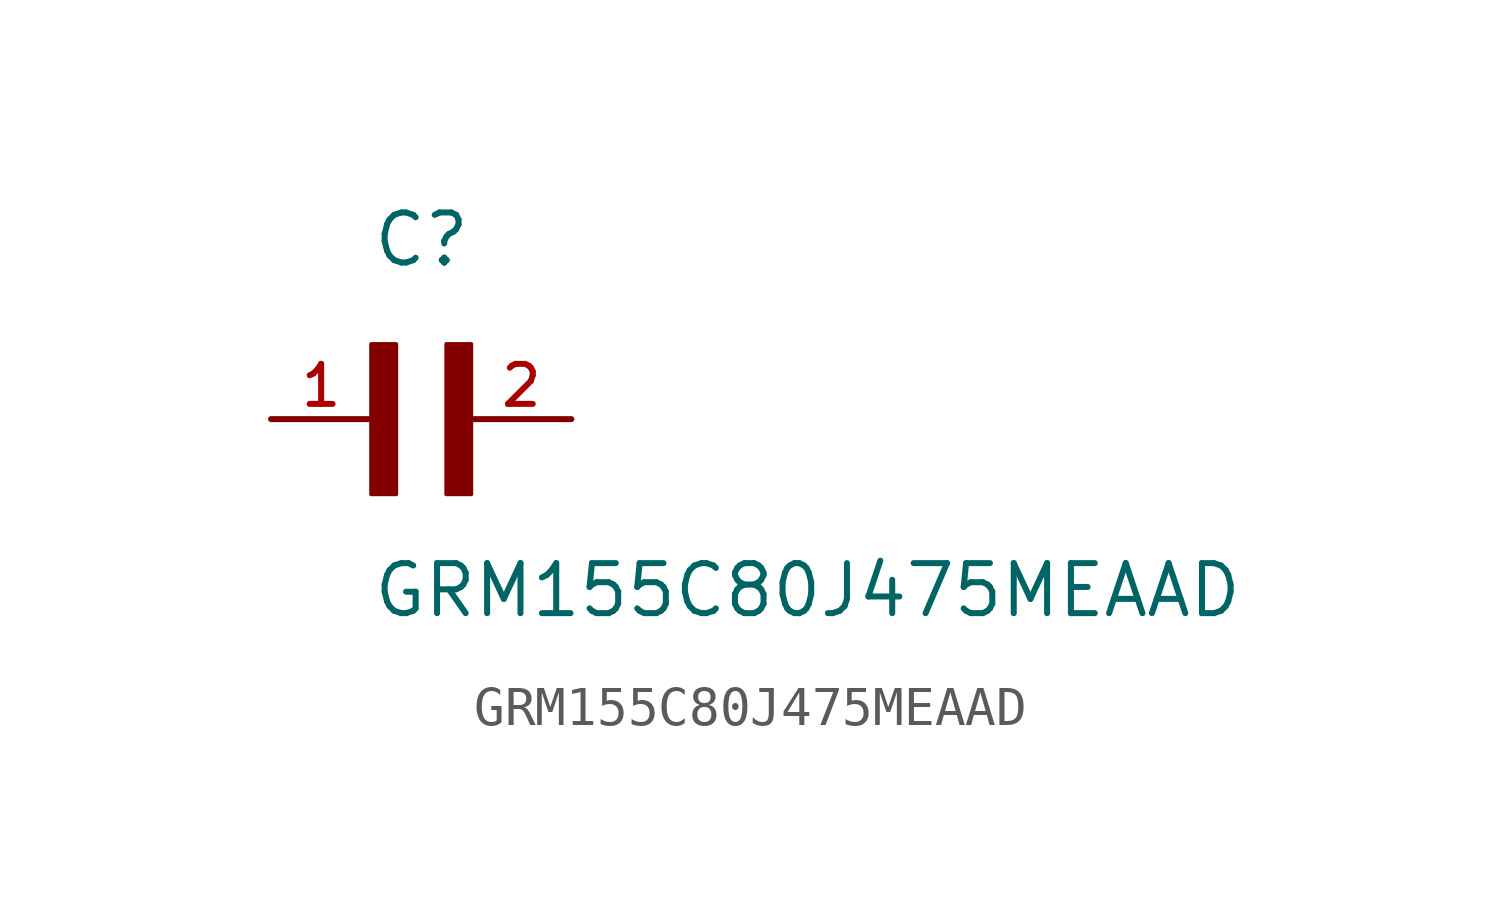
<source format=kicad_sym>
(kicad_symbol_lib
  (version 20211014)
  (generator kicad_symbol_editor)
  (symbol "GRM155C80J475MEAAD"
    (pin_names
      (offset 1.016))
    (property "Reference" "C"
      (at 0.0 3.811 0)
      (effects (font (size 1.27 1.27)) (justify bottom left)))
    (property "Value" "GRM155C80J475MEAAD"
      (at 0.0 -5.088 0)
      (effects (font (size 1.27 1.27)) (justify bottom left)))
    (symbol "GRM155C80J475MEAAD_0_0"
      (rectangle (start 0.0 -1.907) (end 0.635 1.905) (stroke (width 0.1)) (fill (type outline)))
      (rectangle (start 1.907 -1.907) (end 2.54 1.905) (stroke (width 0.1)) (fill (type outline)))
      (pin passive line (at 5.08 0.0 180.0) (length 2.54) (name "~" (effects (font (size 1.016 1.016)))) (number "2" (effects (font (size 1.016 1.016)))))
      (pin passive line (at -2.54 0.0 0) (length 2.54) (name "~" (effects (font (size 1.016 1.016)))) (number "1" (effects (font (size 1.016 1.016))))))))
</source>
